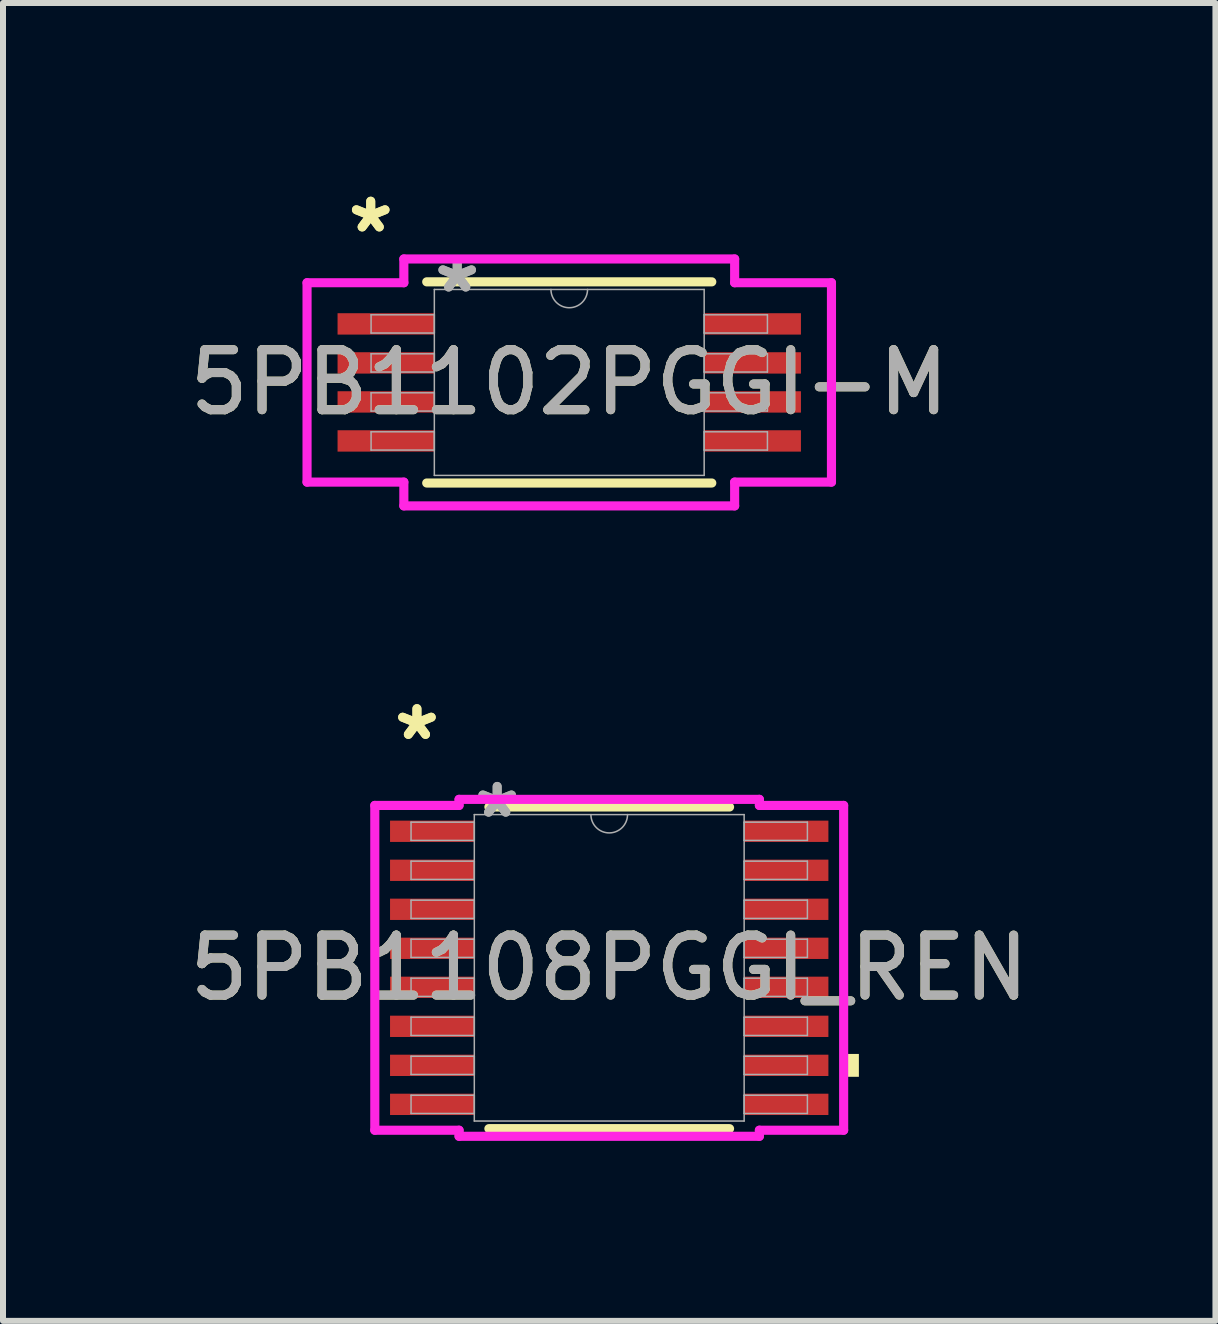
<source format=kicad_pcb>
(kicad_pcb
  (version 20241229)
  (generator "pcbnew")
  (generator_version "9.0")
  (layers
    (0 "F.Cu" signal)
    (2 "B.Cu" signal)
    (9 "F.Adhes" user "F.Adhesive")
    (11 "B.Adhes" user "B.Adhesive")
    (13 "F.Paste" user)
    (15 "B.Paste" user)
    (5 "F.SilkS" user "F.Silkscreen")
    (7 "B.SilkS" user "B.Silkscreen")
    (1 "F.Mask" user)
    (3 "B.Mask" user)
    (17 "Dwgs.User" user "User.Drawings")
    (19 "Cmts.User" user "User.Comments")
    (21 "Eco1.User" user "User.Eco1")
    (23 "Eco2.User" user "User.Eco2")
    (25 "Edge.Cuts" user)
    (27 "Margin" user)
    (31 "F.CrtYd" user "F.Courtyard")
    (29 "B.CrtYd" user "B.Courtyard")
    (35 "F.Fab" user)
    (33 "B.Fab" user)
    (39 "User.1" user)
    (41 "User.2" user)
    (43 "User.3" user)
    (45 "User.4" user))
  (footprint "5PB1108PGGI_REN"
    (layer "F.Cu")
    (at 7.101 13.076)
    (property "Reference" "5PB1108PGGI_REN" (at 0 0 0) (unlocked yes) (layer "F.SilkS") (effects (font (size 1 1) (thickness 0.15))))
    (attr smd)
    (fp_line (start -2.005 2.68) (end 2.005 2.68) (stroke (width 0.152) (type solid)) (layer "F.SilkS"))
    (fp_line (start 2.005 -2.68) (end -2.005 -2.68) (stroke (width 0.152) (type solid)) (layer "F.SilkS"))
    (fp_poly (pts (xy 4.16 1.435) (xy 4.16 1.816) (xy 3.906 1.816) (xy 3.906 1.435)) (stroke (width 0) (type solid)) (fill yes) (layer "F.SilkS"))
    (fp_line (start -3.906 -2.706) (end -2.502 -2.706) (stroke (width 0.152) (type solid)) (layer "F.CrtYd"))
    (fp_line (start -3.906 2.706) (end -3.906 -2.706) (stroke (width 0.152) (type solid)) (layer "F.CrtYd"))
    (fp_line (start -3.906 2.706) (end -2.502 2.706) (stroke (width 0.152) (type solid)) (layer "F.CrtYd"))
    (fp_line (start -2.502 -2.807) (end 2.502 -2.807) (stroke (width 0.152) (type solid)) (layer "F.CrtYd"))
    (fp_line (start -2.502 -2.706) (end -2.502 -2.807) (stroke (width 0.152) (type solid)) (layer "F.CrtYd"))
    (fp_line (start -2.502 2.807) (end -2.502 2.706) (stroke (width 0.152) (type solid)) (layer "F.CrtYd"))
    (fp_line (start 2.502 -2.807) (end 2.502 -2.706) (stroke (width 0.152) (type solid)) (layer "F.CrtYd"))
    (fp_line (start 2.502 2.706) (end 2.502 2.807) (stroke (width 0.152) (type solid)) (layer "F.CrtYd"))
    (fp_line (start 2.502 2.807) (end -2.502 2.807) (stroke (width 0.152) (type solid)) (layer "F.CrtYd"))
    (fp_line (start 3.906 -2.706) (end 2.502 -2.706) (stroke (width 0.152) (type solid)) (layer "F.CrtYd"))
    (fp_line (start 3.906 -2.706) (end 3.906 2.706) (stroke (width 0.152) (type solid)) (layer "F.CrtYd"))
    (fp_line (start 3.906 2.706) (end 2.502 2.706) (stroke (width 0.152) (type solid)) (layer "F.CrtYd"))
    (fp_line (start -3.302 -2.427) (end -3.302 -2.123) (stroke (width 0.025) (type solid)) (layer "F.Fab"))
    (fp_line (start -3.302 -2.123) (end -2.248 -2.123) (stroke (width 0.025) (type solid)) (layer "F.Fab"))
    (fp_line (start -3.302 -1.777) (end -3.302 -1.473) (stroke (width 0.025) (type solid)) (layer "F.Fab"))
    (fp_line (start -3.302 -1.473) (end -2.248 -1.473) (stroke (width 0.025) (type solid)) (layer "F.Fab"))
    (fp_line (start -3.302 -1.127) (end -3.302 -0.823) (stroke (width 0.025) (type solid)) (layer "F.Fab"))
    (fp_line (start -3.302 -0.823) (end -2.248 -0.823) (stroke (width 0.025) (type solid)) (layer "F.Fab"))
    (fp_line (start -3.302 -0.477) (end -3.302 -0.173) (stroke (width 0.025) (type solid)) (layer "F.Fab"))
    (fp_line (start -3.302 -0.173) (end -2.248 -0.173) (stroke (width 0.025) (type solid)) (layer "F.Fab"))
    (fp_line (start -3.302 0.173) (end -3.302 0.477) (stroke (width 0.025) (type solid)) (layer "F.Fab"))
    (fp_line (start -3.302 0.477) (end -2.248 0.477) (stroke (width 0.025) (type solid)) (layer "F.Fab"))
    (fp_line (start -3.302 0.823) (end -3.302 1.127) (stroke (width 0.025) (type solid)) (layer "F.Fab"))
    (fp_line (start -3.302 1.127) (end -2.248 1.127) (stroke (width 0.025) (type solid)) (layer "F.Fab"))
    (fp_line (start -3.302 1.473) (end -3.302 1.777) (stroke (width 0.025) (type solid)) (layer "F.Fab"))
    (fp_line (start -3.302 1.777) (end -2.248 1.777) (stroke (width 0.025) (type solid)) (layer "F.Fab"))
    (fp_line (start -3.302 2.123) (end -3.302 2.427) (stroke (width 0.025) (type solid)) (layer "F.Fab"))
    (fp_line (start -3.302 2.427) (end -2.248 2.427) (stroke (width 0.025) (type solid)) (layer "F.Fab"))
    (fp_line (start -2.248 -2.553) (end -2.248 2.553) (stroke (width 0.025) (type solid)) (layer "F.Fab"))
    (fp_line (start -2.248 -2.427) (end -3.302 -2.427) (stroke (width 0.025) (type solid)) (layer "F.Fab"))
    (fp_line (start -2.248 -2.123) (end -2.248 -2.427) (stroke (width 0.025) (type solid)) (layer "F.Fab"))
    (fp_line (start -2.248 -1.777) (end -3.302 -1.777) (stroke (width 0.025) (type solid)) (layer "F.Fab"))
    (fp_line (start -2.248 -1.473) (end -2.248 -1.777) (stroke (width 0.025) (type solid)) (layer "F.Fab"))
    (fp_line (start -2.248 -1.127) (end -3.302 -1.127) (stroke (width 0.025) (type solid)) (layer "F.Fab"))
    (fp_line (start -2.248 -0.823) (end -2.248 -1.127) (stroke (width 0.025) (type solid)) (layer "F.Fab"))
    (fp_line (start -2.248 -0.477) (end -3.302 -0.477) (stroke (width 0.025) (type solid)) (layer "F.Fab"))
    (fp_line (start -2.248 -0.173) (end -2.248 -0.477) (stroke (width 0.025) (type solid)) (layer "F.Fab"))
    (fp_line (start -2.248 0.173) (end -3.302 0.173) (stroke (width 0.025) (type solid)) (layer "F.Fab"))
    (fp_line (start -2.248 0.477) (end -2.248 0.173) (stroke (width 0.025) (type solid)) (layer "F.Fab"))
    (fp_line (start -2.248 0.823) (end -3.302 0.823) (stroke (width 0.025) (type solid)) (layer "F.Fab"))
    (fp_line (start -2.248 1.127) (end -2.248 0.823) (stroke (width 0.025) (type solid)) (layer "F.Fab"))
    (fp_line (start -2.248 1.473) (end -3.302 1.473) (stroke (width 0.025) (type solid)) (layer "F.Fab"))
    (fp_line (start -2.248 1.777) (end -2.248 1.473) (stroke (width 0.025) (type solid)) (layer "F.Fab"))
    (fp_line (start -2.248 2.123) (end -3.302 2.123) (stroke (width 0.025) (type solid)) (layer "F.Fab"))
    (fp_line (start -2.248 2.427) (end -2.248 2.123) (stroke (width 0.025) (type solid)) (layer "F.Fab"))
    (fp_line (start -2.248 2.553) (end 2.248 2.553) (stroke (width 0.025) (type solid)) (layer "F.Fab"))
    (fp_line (start 2.248 -2.553) (end -2.248 -2.553) (stroke (width 0.025) (type solid)) (layer "F.Fab"))
    (fp_line (start 2.248 -2.427) (end 2.248 -2.123) (stroke (width 0.025) (type solid)) (layer "F.Fab"))
    (fp_line (start 2.248 -2.123) (end 3.302 -2.123) (stroke (width 0.025) (type solid)) (layer "F.Fab"))
    (fp_line (start 2.248 -1.777) (end 2.248 -1.473) (stroke (width 0.025) (type solid)) (layer "F.Fab"))
    (fp_line (start 2.248 -1.473) (end 3.302 -1.473) (stroke (width 0.025) (type solid)) (layer "F.Fab"))
    (fp_line (start 2.248 -1.127) (end 2.248 -0.823) (stroke (width 0.025) (type solid)) (layer "F.Fab"))
    (fp_line (start 2.248 -0.823) (end 3.302 -0.823) (stroke (width 0.025) (type solid)) (layer "F.Fab"))
    (fp_line (start 2.248 -0.477) (end 2.248 -0.173) (stroke (width 0.025) (type solid)) (layer "F.Fab"))
    (fp_line (start 2.248 -0.173) (end 3.302 -0.173) (stroke (width 0.025) (type solid)) (layer "F.Fab"))
    (fp_line (start 2.248 0.173) (end 2.248 0.477) (stroke (width 0.025) (type solid)) (layer "F.Fab"))
    (fp_line (start 2.248 0.477) (end 3.302 0.477) (stroke (width 0.025) (type solid)) (layer "F.Fab"))
    (fp_line (start 2.248 0.823) (end 2.248 1.127) (stroke (width 0.025) (type solid)) (layer "F.Fab"))
    (fp_line (start 2.248 1.127) (end 3.302 1.127) (stroke (width 0.025) (type solid)) (layer "F.Fab"))
    (fp_line (start 2.248 1.473) (end 2.248 1.777) (stroke (width 0.025) (type solid)) (layer "F.Fab"))
    (fp_line (start 2.248 1.777) (end 3.302 1.777) (stroke (width 0.025) (type solid)) (layer "F.Fab"))
    (fp_line (start 2.248 2.123) (end 2.248 2.427) (stroke (width 0.025) (type solid)) (layer "F.Fab"))
    (fp_line (start 2.248 2.427) (end 3.302 2.427) (stroke (width 0.025) (type solid)) (layer "F.Fab"))
    (fp_line (start 2.248 2.553) (end 2.248 -2.553) (stroke (width 0.025) (type solid)) (layer "F.Fab"))
    (fp_line (start 3.302 -2.427) (end 2.248 -2.427) (stroke (width 0.025) (type solid)) (layer "F.Fab"))
    (fp_line (start 3.302 -2.123) (end 3.302 -2.427) (stroke (width 0.025) (type solid)) (layer "F.Fab"))
    (fp_line (start 3.302 -1.777) (end 2.248 -1.777) (stroke (width 0.025) (type solid)) (layer "F.Fab"))
    (fp_line (start 3.302 -1.473) (end 3.302 -1.777) (stroke (width 0.025) (type solid)) (layer "F.Fab"))
    (fp_line (start 3.302 -1.127) (end 2.248 -1.127) (stroke (width 0.025) (type solid)) (layer "F.Fab"))
    (fp_line (start 3.302 -0.823) (end 3.302 -1.127) (stroke (width 0.025) (type solid)) (layer "F.Fab"))
    (fp_line (start 3.302 -0.477) (end 2.248 -0.477) (stroke (width 0.025) (type solid)) (layer "F.Fab"))
    (fp_line (start 3.302 -0.173) (end 3.302 -0.477) (stroke (width 0.025) (type solid)) (layer "F.Fab"))
    (fp_line (start 3.302 0.173) (end 2.248 0.173) (stroke (width 0.025) (type solid)) (layer "F.Fab"))
    (fp_line (start 3.302 0.477) (end 3.302 0.173) (stroke (width 0.025) (type solid)) (layer "F.Fab"))
    (fp_line (start 3.302 0.823) (end 2.248 0.823) (stroke (width 0.025) (type solid)) (layer "F.Fab"))
    (fp_line (start 3.302 1.127) (end 3.302 0.823) (stroke (width 0.025) (type solid)) (layer "F.Fab"))
    (fp_line (start 3.302 1.473) (end 2.248 1.473) (stroke (width 0.025) (type solid)) (layer "F.Fab"))
    (fp_line (start 3.302 1.777) (end 3.302 1.473) (stroke (width 0.025) (type solid)) (layer "F.Fab"))
    (fp_line (start 3.302 2.123) (end 2.248 2.123) (stroke (width 0.025) (type solid)) (layer "F.Fab"))
    (fp_line (start 3.302 2.427) (end 3.302 2.123) (stroke (width 0.025) (type solid)) (layer "F.Fab"))
    (fp_arc (start 0.3048 -2.5527) (mid 0 -2.2479) (end -0.3048 -2.5527) (stroke (width 0.0254) (type solid)) (layer "F.Fab"))
    (fp_text user "*" (at -3.204 -3.773 0) (unlocked yes) (layer "F.SilkS") (effects (font (size 1 1) (thickness 0.15))))
    (fp_text user "*" (at -3.204 -3.773 0) (layer "F.SilkS") (effects (font (size 1 1) (thickness 0.15))))
    (fp_text user "*" (at -1.867 -2.477 0) (layer "F.Fab") (effects (font (size 1 1) (thickness 0.15))))
    (fp_text user "${REFERENCE}" (at 0 0 0) (unlocked yes) (layer "F.Fab") (effects (font (size 1 1) (thickness 0.15))))
    (fp_text user "*" (at -1.867 -2.477 0) (unlocked yes) (layer "F.Fab") (effects (font (size 1 1) (thickness 0.15))))
    (pad "1" smd rect (at -2.95 -2.275) (size 1.404 0.355) (layers "F.Cu" "F.Mask" "F.Paste"))
    (pad "2" smd rect (at -2.95 -1.625) (size 1.404 0.355) (layers "F.Cu" "F.Mask" "F.Paste"))
    (pad "3" smd rect (at -2.95 -0.975) (size 1.404 0.355) (layers "F.Cu" "F.Mask" "F.Paste"))
    (pad "4" smd rect (at -2.95 -0.325) (size 1.404 0.355) (layers "F.Cu" "F.Mask" "F.Paste"))
    (pad "5" smd rect (at -2.95 0.325) (size 1.404 0.355) (layers "F.Cu" "F.Mask" "F.Paste"))
    (pad "6" smd rect (at -2.95 0.975) (size 1.404 0.355) (layers "F.Cu" "F.Mask" "F.Paste"))
    (pad "7" smd rect (at -2.95 1.625) (size 1.404 0.355) (layers "F.Cu" "F.Mask" "F.Paste"))
    (pad "8" smd rect (at -2.95 2.275) (size 1.404 0.355) (layers "F.Cu" "F.Mask" "F.Paste"))
    (pad "9" smd rect (at 2.95 2.275) (size 1.404 0.355) (layers "F.Cu" "F.Mask" "F.Paste"))
    (pad "10" smd rect (at 2.95 1.625) (size 1.404 0.355) (layers "F.Cu" "F.Mask" "F.Paste"))
    (pad "11" smd rect (at 2.95 0.975) (size 1.404 0.355) (layers "F.Cu" "F.Mask" "F.Paste"))
    (pad "12" smd rect (at 2.95 0.325) (size 1.404 0.355) (layers "F.Cu" "F.Mask" "F.Paste"))
    (pad "13" smd rect (at 2.95 -0.325) (size 1.404 0.355) (layers "F.Cu" "F.Mask" "F.Paste"))
    (pad "14" smd rect (at 2.95 -0.975) (size 1.404 0.355) (layers "F.Cu" "F.Mask" "F.Paste"))
    (pad "15" smd rect (at 2.95 -1.625) (size 1.404 0.355) (layers "F.Cu" "F.Mask" "F.Paste"))
    (pad "16" smd rect (at 2.95 -2.275) (size 1.404 0.355) (layers "F.Cu" "F.Mask" "F.Paste")))
  (footprint "5PB1102PGGI-M"
    (layer "F.Cu")
    (at 6.435 3.322)
    (property "Reference" "5PB1102PGGI-M" (at 0 0 0) (unlocked yes) (layer "F.SilkS") (effects (font (size 1 1) (thickness 0.15))))
    (attr smd)
    (fp_line (start -2.375 1.676) (end 2.375 1.676) (stroke (width 0.152) (type solid)) (layer "F.SilkS"))
    (fp_line (start 2.375 -1.676) (end -2.375 -1.676) (stroke (width 0.152) (type solid)) (layer "F.SilkS"))
    (fp_line (start -4.369 -1.661) (end -2.756 -1.661) (stroke (width 0.152) (type solid)) (layer "F.CrtYd"))
    (fp_line (start -4.369 1.661) (end -4.369 -1.661) (stroke (width 0.152) (type solid)) (layer "F.CrtYd"))
    (fp_line (start -4.369 1.661) (end -2.756 1.661) (stroke (width 0.152) (type solid)) (layer "F.CrtYd"))
    (fp_line (start -2.756 -2.057) (end 2.756 -2.057) (stroke (width 0.152) (type solid)) (layer "F.CrtYd"))
    (fp_line (start -2.756 -1.661) (end -2.756 -2.057) (stroke (width 0.152) (type solid)) (layer "F.CrtYd"))
    (fp_line (start -2.756 2.057) (end -2.756 1.661) (stroke (width 0.152) (type solid)) (layer "F.CrtYd"))
    (fp_line (start 2.756 -2.057) (end 2.756 -1.661) (stroke (width 0.152) (type solid)) (layer "F.CrtYd"))
    (fp_line (start 2.756 1.661) (end 2.756 2.057) (stroke (width 0.152) (type solid)) (layer "F.CrtYd"))
    (fp_line (start 2.756 2.057) (end -2.756 2.057) (stroke (width 0.152) (type solid)) (layer "F.CrtYd"))
    (fp_line (start 4.369 -1.661) (end 2.756 -1.661) (stroke (width 0.152) (type solid)) (layer "F.CrtYd"))
    (fp_line (start 4.369 -1.661) (end 4.369 1.661) (stroke (width 0.152) (type solid)) (layer "F.CrtYd"))
    (fp_line (start 4.369 1.661) (end 2.756 1.661) (stroke (width 0.152) (type solid)) (layer "F.CrtYd"))
    (fp_line (start -3.302 -1.127) (end -3.302 -0.823) (stroke (width 0.025) (type solid)) (layer "F.Fab"))
    (fp_line (start -3.302 -0.823) (end -2.248 -0.823) (stroke (width 0.025) (type solid)) (layer "F.Fab"))
    (fp_line (start -3.302 -0.477) (end -3.302 -0.173) (stroke (width 0.025) (type solid)) (layer "F.Fab"))
    (fp_line (start -3.302 -0.173) (end -2.248 -0.173) (stroke (width 0.025) (type solid)) (layer "F.Fab"))
    (fp_line (start -3.302 0.173) (end -3.302 0.477) (stroke (width 0.025) (type solid)) (layer "F.Fab"))
    (fp_line (start -3.302 0.477) (end -2.248 0.477) (stroke (width 0.025) (type solid)) (layer "F.Fab"))
    (fp_line (start -3.302 0.823) (end -3.302 1.127) (stroke (width 0.025) (type solid)) (layer "F.Fab"))
    (fp_line (start -3.302 1.127) (end -2.248 1.127) (stroke (width 0.025) (type solid)) (layer "F.Fab"))
    (fp_line (start -2.248 -1.549) (end -2.248 1.549) (stroke (width 0.025) (type solid)) (layer "F.Fab"))
    (fp_line (start -2.248 -1.127) (end -3.302 -1.127) (stroke (width 0.025) (type solid)) (layer "F.Fab"))
    (fp_line (start -2.248 -0.823) (end -2.248 -1.127) (stroke (width 0.025) (type solid)) (layer "F.Fab"))
    (fp_line (start -2.248 -0.477) (end -3.302 -0.477) (stroke (width 0.025) (type solid)) (layer "F.Fab"))
    (fp_line (start -2.248 -0.173) (end -2.248 -0.477) (stroke (width 0.025) (type solid)) (layer "F.Fab"))
    (fp_line (start -2.248 0.173) (end -3.302 0.173) (stroke (width 0.025) (type solid)) (layer "F.Fab"))
    (fp_line (start -2.248 0.477) (end -2.248 0.173) (stroke (width 0.025) (type solid)) (layer "F.Fab"))
    (fp_line (start -2.248 0.823) (end -3.302 0.823) (stroke (width 0.025) (type solid)) (layer "F.Fab"))
    (fp_line (start -2.248 1.127) (end -2.248 0.823) (stroke (width 0.025) (type solid)) (layer "F.Fab"))
    (fp_line (start -2.248 1.549) (end 2.248 1.549) (stroke (width 0.025) (type solid)) (layer "F.Fab"))
    (fp_line (start 2.248 -1.549) (end -2.248 -1.549) (stroke (width 0.025) (type solid)) (layer "F.Fab"))
    (fp_line (start 2.248 -1.127) (end 2.248 -0.823) (stroke (width 0.025) (type solid)) (layer "F.Fab"))
    (fp_line (start 2.248 -0.823) (end 3.302 -0.823) (stroke (width 0.025) (type solid)) (layer "F.Fab"))
    (fp_line (start 2.248 -0.477) (end 2.248 -0.173) (stroke (width 0.025) (type solid)) (layer "F.Fab"))
    (fp_line (start 2.248 -0.173) (end 3.302 -0.173) (stroke (width 0.025) (type solid)) (layer "F.Fab"))
    (fp_line (start 2.248 0.173) (end 2.248 0.477) (stroke (width 0.025) (type solid)) (layer "F.Fab"))
    (fp_line (start 2.248 0.477) (end 3.302 0.477) (stroke (width 0.025) (type solid)) (layer "F.Fab"))
    (fp_line (start 2.248 0.823) (end 2.248 1.127) (stroke (width 0.025) (type solid)) (layer "F.Fab"))
    (fp_line (start 2.248 1.127) (end 3.302 1.127) (stroke (width 0.025) (type solid)) (layer "F.Fab"))
    (fp_line (start 2.248 1.549) (end 2.248 -1.549) (stroke (width 0.025) (type solid)) (layer "F.Fab"))
    (fp_line (start 3.302 -1.127) (end 2.248 -1.127) (stroke (width 0.025) (type solid)) (layer "F.Fab"))
    (fp_line (start 3.302 -0.823) (end 3.302 -1.127) (stroke (width 0.025) (type solid)) (layer "F.Fab"))
    (fp_line (start 3.302 -0.477) (end 2.248 -0.477) (stroke (width 0.025) (type solid)) (layer "F.Fab"))
    (fp_line (start 3.302 -0.173) (end 3.302 -0.477) (stroke (width 0.025) (type solid)) (layer "F.Fab"))
    (fp_line (start 3.302 0.173) (end 2.248 0.173) (stroke (width 0.025) (type solid)) (layer "F.Fab"))
    (fp_line (start 3.302 0.477) (end 3.302 0.173) (stroke (width 0.025) (type solid)) (layer "F.Fab"))
    (fp_line (start 3.302 0.823) (end 2.248 0.823) (stroke (width 0.025) (type solid)) (layer "F.Fab"))
    (fp_line (start 3.302 1.127) (end 3.302 0.823) (stroke (width 0.025) (type solid)) (layer "F.Fab"))
    (fp_arc (start 0.3048 -1.5494) (mid 0 -1.2446) (end -0.3048 -1.5494) (stroke (width 0.0254) (type solid)) (layer "F.Fab"))
    (fp_text user "*" (at -3.308 -2.474 0) (layer "F.SilkS") (effects (font (size 1 1) (thickness 0.15))))
    (fp_text user "*" (at -3.308 -2.474 0) (unlocked yes) (layer "F.SilkS") (effects (font (size 1 1) (thickness 0.15))))
    (fp_text user "*" (at -1.867 -1.473 0) (layer "F.Fab") (effects (font (size 1 1) (thickness 0.15))))
    (fp_text user "${REFERENCE}" (at 0 0 0) (unlocked yes) (layer "F.Fab") (effects (font (size 1 1) (thickness 0.15))))
    (fp_text user "*" (at -1.867 -1.473 0) (unlocked yes) (layer "F.Fab") (effects (font (size 1 1) (thickness 0.15))))
    (pad "1" smd rect (at -3.054 -0.975) (size 1.613 0.356) (layers "F.Cu" "F.Mask" "F.Paste"))
    (pad "2" smd rect (at -3.054 -0.325) (size 1.613 0.356) (layers "F.Cu" "F.Mask" "F.Paste"))
    (pad "3" smd rect (at -3.054 0.325) (size 1.613 0.356) (layers "F.Cu" "F.Mask" "F.Paste"))
    (pad "4" smd rect (at -3.054 0.975) (size 1.613 0.356) (layers "F.Cu" "F.Mask" "F.Paste"))
    (pad "5" smd rect (at 3.054 0.975) (size 1.613 0.356) (layers "F.Cu" "F.Mask" "F.Paste"))
    (pad "6" smd rect (at 3.054 0.325) (size 1.613 0.356) (layers "F.Cu" "F.Mask" "F.Paste"))
    (pad "7" smd rect (at 3.054 -0.325) (size 1.613 0.356) (layers "F.Cu" "F.Mask" "F.Paste"))
    (pad "8" smd rect (at 3.054 -0.975) (size 1.613 0.356) (layers "F.Cu" "F.Mask" "F.Paste")))
  (gr_rect
    (start -3 -3)
    (end 17.202 18.959)
    (stroke (width 0.1) (type default))
    (fill no)
    (layer "Edge.Cuts")))
</source>
